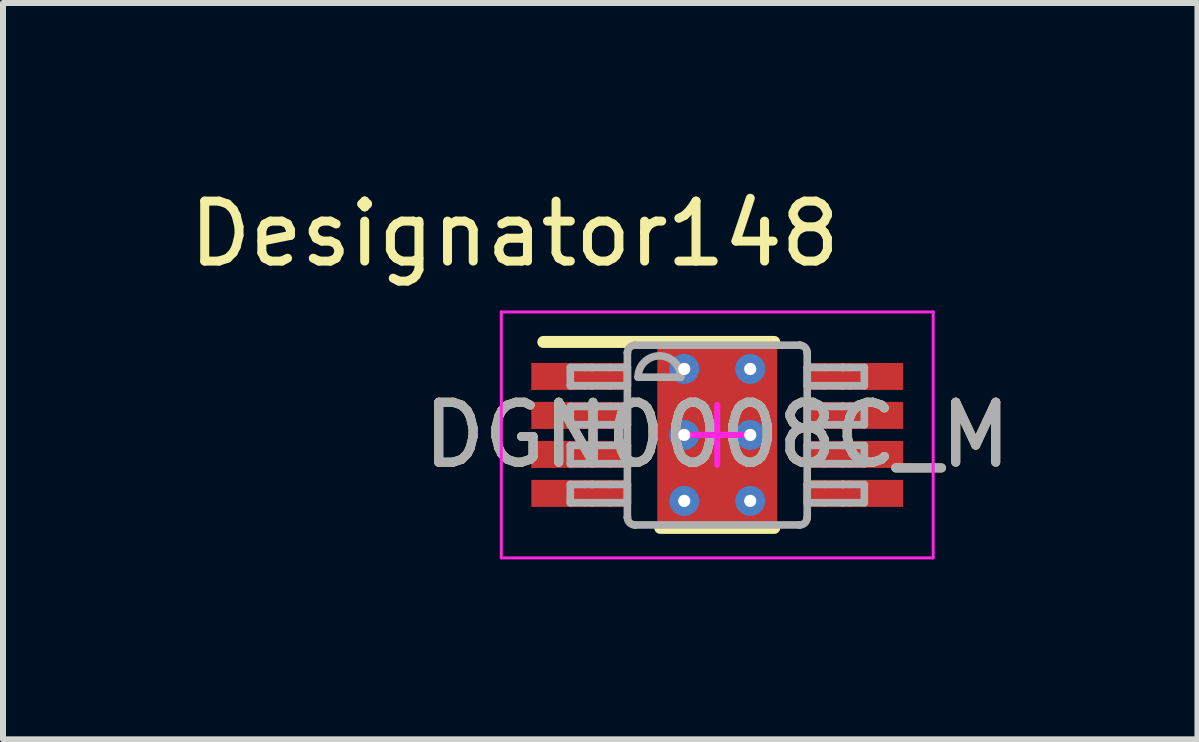
<source format=kicad_pcb>
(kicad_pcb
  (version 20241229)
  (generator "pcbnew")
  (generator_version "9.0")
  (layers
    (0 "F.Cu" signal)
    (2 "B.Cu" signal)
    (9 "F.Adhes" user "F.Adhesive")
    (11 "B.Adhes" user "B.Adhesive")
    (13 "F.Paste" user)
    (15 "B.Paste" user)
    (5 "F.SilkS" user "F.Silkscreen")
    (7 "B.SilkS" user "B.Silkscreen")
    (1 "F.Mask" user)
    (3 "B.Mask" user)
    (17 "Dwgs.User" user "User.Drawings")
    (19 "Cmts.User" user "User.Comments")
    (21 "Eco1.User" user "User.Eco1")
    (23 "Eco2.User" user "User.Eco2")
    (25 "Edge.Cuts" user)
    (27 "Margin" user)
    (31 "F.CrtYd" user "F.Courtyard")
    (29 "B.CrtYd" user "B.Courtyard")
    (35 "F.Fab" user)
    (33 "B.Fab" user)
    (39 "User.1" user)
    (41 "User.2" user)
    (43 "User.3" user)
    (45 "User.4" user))
  (footprint "DGN0008C_M"
    (layer "F.Cu")
    (at 8.908 4.201)
    (property "Reference" "DGN0008C_M" (at 0 0 0) (unlocked yes) (layer "F.SilkS") (effects (font (size 1 1) (thickness 0.15))))
    (attr smd)
    (fp_poly (pts (xy -0.8 0.912) (xy -0.8 -0.912) (xy -0.799 -0.921) (xy -0.796 -0.93) (xy -0.792 -0.939) (xy -0.786 -0.946) (xy -0.779 -0.952) (xy -0.77 -0.956) (xy -0.761 -0.959) (xy -0.752 -0.96) (xy 0.752 -0.96) (xy 0.761 -0.959) (xy 0.77 -0.956) (xy 0.779 -0.952) (xy 0.786 -0.946) (xy 0.792 -0.939) (xy 0.796 -0.93) (xy 0.799 -0.921) (xy 0.8 -0.912) (xy 0.8 0.912) (xy 0.799 0.921) (xy 0.796 0.93) (xy 0.792 0.939) (xy 0.786 0.946) (xy 0.779 0.952) (xy 0.77 0.956) (xy 0.761 0.959) (xy 0.752 0.96) (xy -0.752 0.96) (xy -0.761 0.959) (xy -0.77 0.956) (xy -0.779 0.952) (xy -0.786 0.946) (xy -0.792 0.939) (xy -0.796 0.93) (xy -0.799 0.921)) (stroke (width 0) (type solid)) (fill yes) (layer "F.Mask"))
    (fp_line (start -2.9 -1.55) (end 0.95 -1.55) (stroke (width 0.2) (type solid)) (layer "F.SilkS"))
    (fp_line (start -0.95 1.55) (end 0.95 1.55) (stroke (width 0.2) (type solid)) (layer "F.SilkS"))
    (fp_poly (pts (xy -0.8 0.912) (xy -0.8 -0.912) (xy -0.799 -0.921) (xy -0.796 -0.93) (xy -0.792 -0.939) (xy -0.786 -0.946) (xy -0.779 -0.952) (xy -0.77 -0.956) (xy -0.761 -0.959) (xy -0.752 -0.96) (xy 0.752 -0.96) (xy 0.761 -0.959) (xy 0.77 -0.956) (xy 0.779 -0.952) (xy 0.786 -0.946) (xy 0.792 -0.939) (xy 0.796 -0.93) (xy 0.799 -0.921) (xy 0.8 -0.912) (xy 0.8 0.912) (xy 0.799 0.921) (xy 0.796 0.93) (xy 0.792 0.939) (xy 0.786 0.946) (xy 0.779 0.952) (xy 0.77 0.956) (xy 0.761 0.959) (xy 0.752 0.96) (xy -0.752 0.96) (xy -0.761 0.959) (xy -0.77 0.956) (xy -0.779 0.952) (xy -0.786 0.946) (xy -0.792 0.939) (xy -0.796 0.93) (xy -0.799 0.921)) (stroke (width 0) (type solid)) (fill yes) (layer "F.Paste"))
    (fp_line (start -3.6 -2.05) (end 3.6 -2.05) (stroke (width 0.05) (type solid)) (layer "F.CrtYd"))
    (fp_line (start -3.6 2.05) (end -3.6 -2.05) (stroke (width 0.05) (type solid)) (layer "F.CrtYd"))
    (fp_line (start -3.6 2.05) (end 3.6 2.05) (stroke (width 0.05) (type solid)) (layer "F.CrtYd"))
    (fp_line (start -0.5 0) (end 0.5 0) (stroke (width 0.1) (type solid)) (layer "F.CrtYd"))
    (fp_line (start 0 0.5) (end 0 -0.5) (stroke (width 0.1) (type solid)) (layer "F.CrtYd"))
    (fp_line (start 3.6 2.05) (end 3.6 -2.05) (stroke (width 0.05) (type solid)) (layer "F.CrtYd"))
    (fp_line (start -2.45 -1.125) (end -2.21 -1.125) (stroke (width 0.127) (type solid)) (layer "F.Fab"))
    (fp_line (start -2.45 -0.82) (end -2.45 -1.125) (stroke (width 0.127) (type solid)) (layer "F.Fab"))
    (fp_line (start -2.45 -0.82) (end -2.21 -0.82) (stroke (width 0.127) (type solid)) (layer "F.Fab"))
    (fp_line (start -2.45 -0.475) (end -2.21 -0.475) (stroke (width 0.127) (type solid)) (layer "F.Fab"))
    (fp_line (start -2.45 -0.17) (end -2.45 -0.475) (stroke (width 0.127) (type solid)) (layer "F.Fab"))
    (fp_line (start -2.45 -0.17) (end -2.21 -0.17) (stroke (width 0.127) (type solid)) (layer "F.Fab"))
    (fp_line (start -2.45 0.175) (end -2.21 0.175) (stroke (width 0.127) (type solid)) (layer "F.Fab"))
    (fp_line (start -2.45 0.48) (end -2.45 0.175) (stroke (width 0.127) (type solid)) (layer "F.Fab"))
    (fp_line (start -2.45 0.48) (end -2.21 0.48) (stroke (width 0.127) (type solid)) (layer "F.Fab"))
    (fp_line (start -2.45 0.826) (end -2.21 0.826) (stroke (width 0.127) (type solid)) (layer "F.Fab"))
    (fp_line (start -2.45 1.131) (end -2.45 0.826) (stroke (width 0.127) (type solid)) (layer "F.Fab"))
    (fp_line (start -2.45 1.131) (end -2.21 1.131) (stroke (width 0.127) (type solid)) (layer "F.Fab"))
    (fp_line (start -2.21 -1.125) (end -2.09 -1.125) (stroke (width 0.127) (type solid)) (layer "F.Fab"))
    (fp_line (start -2.21 -0.82) (end -2.09 -0.82) (stroke (width 0.127) (type solid)) (layer "F.Fab"))
    (fp_line (start -2.21 -0.475) (end -2.09 -0.475) (stroke (width 0.127) (type solid)) (layer "F.Fab"))
    (fp_line (start -2.21 -0.17) (end -2.09 -0.17) (stroke (width 0.127) (type solid)) (layer "F.Fab"))
    (fp_line (start -2.21 0.175) (end -2.09 0.175) (stroke (width 0.127) (type solid)) (layer "F.Fab"))
    (fp_line (start -2.21 0.48) (end -2.09 0.48) (stroke (width 0.127) (type solid)) (layer "F.Fab"))
    (fp_line (start -2.21 0.826) (end -2.09 0.826) (stroke (width 0.127) (type solid)) (layer "F.Fab"))
    (fp_line (start -2.21 1.131) (end -2.09 1.131) (stroke (width 0.127) (type solid)) (layer "F.Fab"))
    (fp_line (start -2.09 -1.125) (end -2.087 -1.125) (stroke (width 0.127) (type solid)) (layer "F.Fab"))
    (fp_line (start -2.09 -0.82) (end -2.087 -0.82) (stroke (width 0.127) (type solid)) (layer "F.Fab"))
    (fp_line (start -2.09 -0.475) (end -2.087 -0.475) (stroke (width 0.127) (type solid)) (layer "F.Fab"))
    (fp_line (start -2.09 -0.17) (end -2.087 -0.17) (stroke (width 0.127) (type solid)) (layer "F.Fab"))
    (fp_line (start -2.09 0.175) (end -2.087 0.175) (stroke (width 0.127) (type solid)) (layer "F.Fab"))
    (fp_line (start -2.09 0.48) (end -2.087 0.48) (stroke (width 0.127) (type solid)) (layer "F.Fab"))
    (fp_line (start -2.09 0.826) (end -2.087 0.826) (stroke (width 0.127) (type solid)) (layer "F.Fab"))
    (fp_line (start -2.09 1.131) (end -2.087 1.131) (stroke (width 0.127) (type solid)) (layer "F.Fab"))
    (fp_line (start -2.087 -1.125) (end -1.784 -1.125) (stroke (width 0.127) (type solid)) (layer "F.Fab"))
    (fp_line (start -2.087 -0.82) (end -1.784 -0.82) (stroke (width 0.127) (type solid)) (layer "F.Fab"))
    (fp_line (start -2.087 -0.475) (end -1.784 -0.475) (stroke (width 0.127) (type solid)) (layer "F.Fab"))
    (fp_line (start -2.087 -0.17) (end -1.784 -0.17) (stroke (width 0.127) (type solid)) (layer "F.Fab"))
    (fp_line (start -2.087 0.175) (end -1.784 0.175) (stroke (width 0.127) (type solid)) (layer "F.Fab"))
    (fp_line (start -2.087 0.48) (end -1.784 0.48) (stroke (width 0.127) (type solid)) (layer "F.Fab"))
    (fp_line (start -2.087 0.826) (end -1.784 0.826) (stroke (width 0.127) (type solid)) (layer "F.Fab"))
    (fp_line (start -2.087 1.131) (end -1.784 1.131) (stroke (width 0.127) (type solid)) (layer "F.Fab"))
    (fp_line (start -1.784 -1.125) (end -1.498 -1.125) (stroke (width 0.127) (type solid)) (layer "F.Fab"))
    (fp_line (start -1.784 -0.82) (end -1.498 -0.82) (stroke (width 0.127) (type solid)) (layer "F.Fab"))
    (fp_line (start -1.784 -0.475) (end -1.498 -0.475) (stroke (width 0.127) (type solid)) (layer "F.Fab"))
    (fp_line (start -1.784 -0.17) (end -1.498 -0.17) (stroke (width 0.127) (type solid)) (layer "F.Fab"))
    (fp_line (start -1.784 0.175) (end -1.498 0.175) (stroke (width 0.127) (type solid)) (layer "F.Fab"))
    (fp_line (start -1.784 0.48) (end -1.498 0.48) (stroke (width 0.127) (type solid)) (layer "F.Fab"))
    (fp_line (start -1.784 0.826) (end -1.498 0.826) (stroke (width 0.127) (type solid)) (layer "F.Fab"))
    (fp_line (start -1.784 1.131) (end -1.498 1.131) (stroke (width 0.127) (type solid)) (layer "F.Fab"))
    (fp_line (start -1.498 -1.369) (end -1.497 -1.372) (stroke (width 0.127) (type solid)) (layer "F.Fab"))
    (fp_line (start -1.498 -0.82) (end -1.498 -1.125) (stroke (width 0.127) (type solid)) (layer "F.Fab"))
    (fp_line (start -1.498 -0.17) (end -1.498 -0.475) (stroke (width 0.127) (type solid)) (layer "F.Fab"))
    (fp_line (start -1.498 0.48) (end -1.498 0.175) (stroke (width 0.127) (type solid)) (layer "F.Fab"))
    (fp_line (start -1.498 1.131) (end -1.498 0.826) (stroke (width 0.127) (type solid)) (layer "F.Fab"))
    (fp_line (start -1.498 1.374) (end -1.498 -1.369) (stroke (width 0.127) (type solid)) (layer "F.Fab"))
    (fp_line (start -1.498 1.374) (end -1.497 1.377) (stroke (width 0.127) (type solid)) (layer "F.Fab"))
    (fp_line (start -1.373 -1.496) (end -1.371 -1.496) (stroke (width 0.127) (type solid)) (layer "F.Fab"))
    (fp_line (start -1.373 1.501) (end -1.371 1.501) (stroke (width 0.127) (type solid)) (layer "F.Fab"))
    (fp_line (start -1.371 -1.496) (end 1.373 -1.496) (stroke (width 0.127) (type solid)) (layer "F.Fab"))
    (fp_line (start -1.371 1.501) (end 1.373 1.501) (stroke (width 0.127) (type solid)) (layer "F.Fab"))
    (fp_line (start -1.32 -0.962) (end -0.609 -0.962) (stroke (width 0.127) (type solid)) (layer "F.Fab"))
    (fp_line (start 1.373 -1.496) (end 1.375 -1.496) (stroke (width 0.127) (type solid)) (layer "F.Fab"))
    (fp_line (start 1.373 1.501) (end 1.375 1.501) (stroke (width 0.127) (type solid)) (layer "F.Fab"))
    (fp_line (start 1.5 -1.372) (end 1.5 -1.369) (stroke (width 0.127) (type solid)) (layer "F.Fab"))
    (fp_line (start 1.5 1.377) (end 1.5 1.374) (stroke (width 0.127) (type solid)) (layer "F.Fab"))
    (fp_line (start 1.5 -1.125) (end 1.786 -1.125) (stroke (width 0.127) (type solid)) (layer "F.Fab"))
    (fp_line (start 1.5 -0.82) (end 1.5 -1.125) (stroke (width 0.127) (type solid)) (layer "F.Fab"))
    (fp_line (start 1.5 -0.82) (end 1.786 -0.82) (stroke (width 0.127) (type solid)) (layer "F.Fab"))
    (fp_line (start 1.5 -0.475) (end 1.786 -0.475) (stroke (width 0.127) (type solid)) (layer "F.Fab"))
    (fp_line (start 1.5 -0.17) (end 1.5 -0.475) (stroke (width 0.127) (type solid)) (layer "F.Fab"))
    (fp_line (start 1.5 -0.17) (end 1.786 -0.17) (stroke (width 0.127) (type solid)) (layer "F.Fab"))
    (fp_line (start 1.5 0.175) (end 1.786 0.175) (stroke (width 0.127) (type solid)) (layer "F.Fab"))
    (fp_line (start 1.5 0.48) (end 1.5 0.175) (stroke (width 0.127) (type solid)) (layer "F.Fab"))
    (fp_line (start 1.5 0.48) (end 1.786 0.48) (stroke (width 0.127) (type solid)) (layer "F.Fab"))
    (fp_line (start 1.5 0.826) (end 1.786 0.826) (stroke (width 0.127) (type solid)) (layer "F.Fab"))
    (fp_line (start 1.5 1.131) (end 1.5 0.826) (stroke (width 0.127) (type solid)) (layer "F.Fab"))
    (fp_line (start 1.5 1.131) (end 1.786 1.131) (stroke (width 0.127) (type solid)) (layer "F.Fab"))
    (fp_line (start 1.5 1.374) (end 1.5 -1.369) (stroke (width 0.127) (type solid)) (layer "F.Fab"))
    (fp_line (start 1.786 -1.125) (end 2.089 -1.125) (stroke (width 0.127) (type solid)) (layer "F.Fab"))
    (fp_line (start 1.786 -0.82) (end 2.089 -0.82) (stroke (width 0.127) (type solid)) (layer "F.Fab"))
    (fp_line (start 1.786 -0.475) (end 2.089 -0.475) (stroke (width 0.127) (type solid)) (layer "F.Fab"))
    (fp_line (start 1.786 -0.17) (end 2.089 -0.17) (stroke (width 0.127) (type solid)) (layer "F.Fab"))
    (fp_line (start 1.786 0.175) (end 2.089 0.175) (stroke (width 0.127) (type solid)) (layer "F.Fab"))
    (fp_line (start 1.786 0.48) (end 2.089 0.48) (stroke (width 0.127) (type solid)) (layer "F.Fab"))
    (fp_line (start 1.786 0.826) (end 2.089 0.826) (stroke (width 0.127) (type solid)) (layer "F.Fab"))
    (fp_line (start 1.786 1.131) (end 2.089 1.131) (stroke (width 0.127) (type solid)) (layer "F.Fab"))
    (fp_line (start 2.089 -1.125) (end 2.093 -1.125) (stroke (width 0.127) (type solid)) (layer "F.Fab"))
    (fp_line (start 2.089 -0.82) (end 2.093 -0.82) (stroke (width 0.127) (type solid)) (layer "F.Fab"))
    (fp_line (start 2.089 -0.475) (end 2.093 -0.475) (stroke (width 0.127) (type solid)) (layer "F.Fab"))
    (fp_line (start 2.089 -0.17) (end 2.093 -0.17) (stroke (width 0.127) (type solid)) (layer "F.Fab"))
    (fp_line (start 2.089 0.175) (end 2.093 0.175) (stroke (width 0.127) (type solid)) (layer "F.Fab"))
    (fp_line (start 2.089 0.48) (end 2.093 0.48) (stroke (width 0.127) (type solid)) (layer "F.Fab"))
    (fp_line (start 2.089 0.826) (end 2.093 0.826) (stroke (width 0.127) (type solid)) (layer "F.Fab"))
    (fp_line (start 2.089 1.131) (end 2.093 1.131) (stroke (width 0.127) (type solid)) (layer "F.Fab"))
    (fp_line (start 2.093 -1.125) (end 2.213 -1.125) (stroke (width 0.127) (type solid)) (layer "F.Fab"))
    (fp_line (start 2.093 -0.82) (end 2.213 -0.82) (stroke (width 0.127) (type solid)) (layer "F.Fab"))
    (fp_line (start 2.093 -0.475) (end 2.213 -0.475) (stroke (width 0.127) (type solid)) (layer "F.Fab"))
    (fp_line (start 2.093 -0.17) (end 2.213 -0.17) (stroke (width 0.127) (type solid)) (layer "F.Fab"))
    (fp_line (start 2.093 0.175) (end 2.213 0.175) (stroke (width 0.127) (type solid)) (layer "F.Fab"))
    (fp_line (start 2.093 0.48) (end 2.213 0.48) (stroke (width 0.127) (type solid)) (layer "F.Fab"))
    (fp_line (start 2.093 0.826) (end 2.213 0.826) (stroke (width 0.127) (type solid)) (layer "F.Fab"))
    (fp_line (start 2.093 1.131) (end 2.213 1.131) (stroke (width 0.127) (type solid)) (layer "F.Fab"))
    (fp_line (start 2.213 -1.125) (end 2.452 -1.125) (stroke (width 0.127) (type solid)) (layer "F.Fab"))
    (fp_line (start 2.213 -0.82) (end 2.452 -0.82) (stroke (width 0.127) (type solid)) (layer "F.Fab"))
    (fp_line (start 2.213 -0.475) (end 2.452 -0.475) (stroke (width 0.127) (type solid)) (layer "F.Fab"))
    (fp_line (start 2.213 -0.17) (end 2.452 -0.17) (stroke (width 0.127) (type solid)) (layer "F.Fab"))
    (fp_line (start 2.213 0.175) (end 2.452 0.175) (stroke (width 0.127) (type solid)) (layer "F.Fab"))
    (fp_line (start 2.213 0.48) (end 2.452 0.48) (stroke (width 0.127) (type solid)) (layer "F.Fab"))
    (fp_line (start 2.213 0.826) (end 2.452 0.826) (stroke (width 0.127) (type solid)) (layer "F.Fab"))
    (fp_line (start 2.213 1.131) (end 2.452 1.131) (stroke (width 0.127) (type solid)) (layer "F.Fab"))
    (fp_line (start 2.452 -0.82) (end 2.452 -1.125) (stroke (width 0.127) (type solid)) (layer "F.Fab"))
    (fp_line (start 2.452 -0.17) (end 2.452 -0.475) (stroke (width 0.127) (type solid)) (layer "F.Fab"))
    (fp_line (start 2.452 0.48) (end 2.452 0.175) (stroke (width 0.127) (type solid)) (layer "F.Fab"))
    (fp_line (start 2.452 1.131) (end 2.452 0.826) (stroke (width 0.127) (type solid)) (layer "F.Fab"))
    (fp_arc (start -1.497476 -1.371582) (mid -1.460306 -1.458644) (end -1.373243 -1.495814) (stroke (width 0.127) (type solid)) (layer "F.Fab"))
    (fp_arc (start -1.373243 1.501336) (mid -1.460306 1.464166) (end -1.497476 1.377104) (stroke (width 0.127) (type solid)) (layer "F.Fab"))
    (fp_arc (start -1.3197 -0.962439) (mid -0.9641 -1.318039) (end -0.6085 -0.962439) (stroke (width 0.127) (type solid)) (layer "F.Fab"))
    (fp_arc (start 1.375443 -1.495814) (mid 1.462505 -1.458644) (end 1.499675 -1.371582) (stroke (width 0.127) (type solid)) (layer "F.Fab"))
    (fp_arc (start 1.499675 1.377104) (mid 1.462505 1.464166) (end 1.375443 1.501336) (stroke (width 0.127) (type solid)) (layer "F.Fab"))
    (fp_text user "Designator148" (at -3.378 -3.353 0) (unlocked yes) (layer "F.SilkS") (effects (font (size 1 1) (thickness 0.15))))
    (fp_text user "${REFERENCE}" (at 0 0 0) (unlocked yes) (layer "F.Fab") (effects (font (size 1 1) (thickness 0.15))))
    (pad "1" smd rect (at -2.325 -0.975 90) (size 0.45 1.55) (layers "F.Cu" "F.Mask" "F.Paste"))
    (pad "2" smd rect (at -2.325 -0.325 90) (size 0.45 1.55) (layers "F.Cu" "F.Mask" "F.Paste"))
    (pad "3" smd rect (at -2.325 0.325 90) (size 0.45 1.55) (layers "F.Cu" "F.Mask" "F.Paste"))
    (pad "4" smd rect (at -2.325 0.975 90) (size 0.45 1.55) (layers "F.Cu" "F.Mask" "F.Paste"))
    (pad "5" smd rect (at 2.325 0.975 90) (size 0.45 1.55) (layers "F.Cu" "F.Mask" "F.Paste"))
    (pad "6" smd rect (at 2.325 0.325 90) (size 0.45 1.55) (layers "F.Cu" "F.Mask" "F.Paste"))
    (pad "7" smd rect (at 2.325 -0.325 90) (size 0.45 1.55) (layers "F.Cu" "F.Mask" "F.Paste"))
    (pad "8" smd rect (at 2.325 -0.975 90) (size 0.45 1.55) (layers "F.Cu" "F.Mask" "F.Paste"))
    (pad "9" smd rect (at 0 0) (size 2 3) (layers "F.Cu"))
    (pad "V" thru_hole circle (at -0.55 -1.1) (size 0.5 0.5) (drill 0.203) (layers "*.Cu" "*.Mask"))
    (pad "V" thru_hole circle (at -0.55 0) (size 0.5 0.5) (drill 0.203) (layers "*.Cu" "*.Mask"))
    (pad "V" thru_hole circle (at -0.55 1.1) (size 0.5 0.5) (drill 0.203) (layers "*.Cu" "*.Mask"))
    (pad "V" thru_hole circle (at 0.55 -1.1) (size 0.5 0.5) (drill 0.203) (layers "*.Cu" "*.Mask"))
    (pad "V" thru_hole circle (at 0.55 0) (size 0.5 0.5) (drill 0.203) (layers "*.Cu" "*.Mask"))
    (pad "V" thru_hole circle (at 0.55 1.1) (size 0.5 0.5) (drill 0.203) (layers "*.Cu" "*.Mask")))
  (gr_rect
    (start -3 -3)
    (end 16.914 9.276)
    (stroke (width 0.1) (type default))
    (fill no)
    (layer "Edge.Cuts")))
</source>
